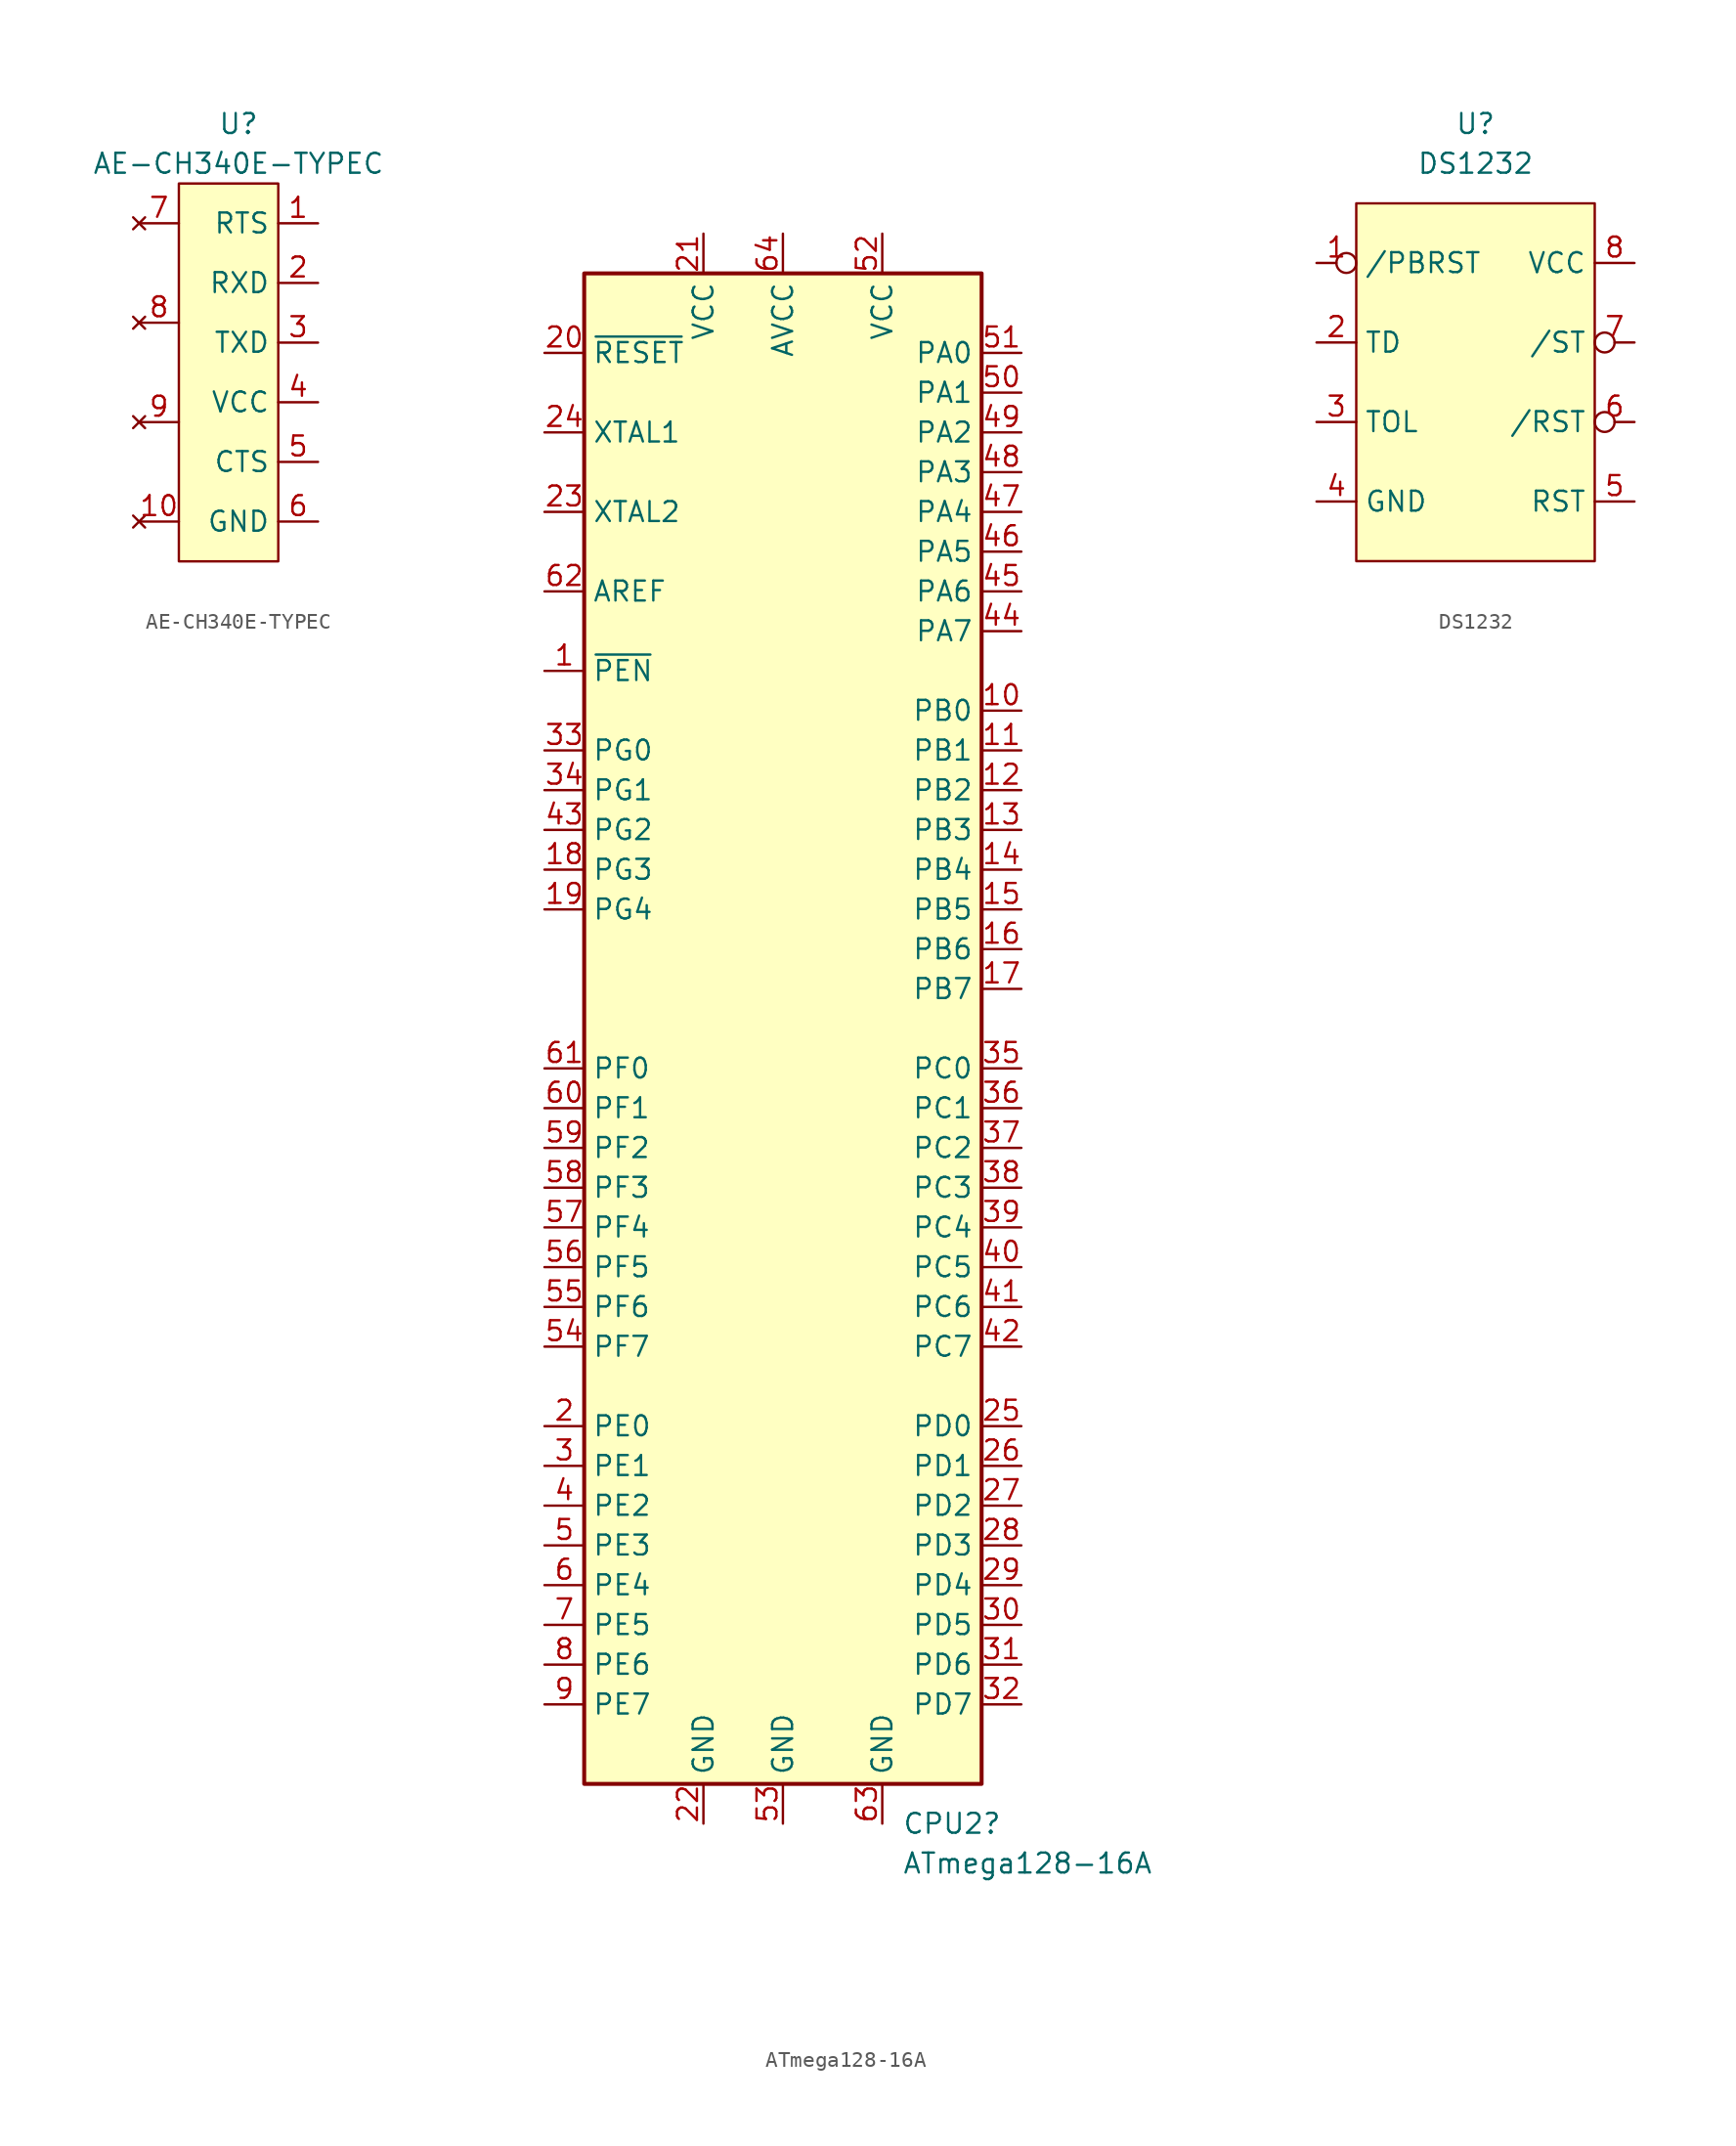
<source format=kicad_sym>
(kicad_symbol_lib
  (version 20220914)
  (generator kicad_symbol_editor)
  (symbol "AE-CH340E-TYPEC"
    (property "Reference" "U"
      (at 0 2.54 0)
      (effects (font (size 1.27 1.27))))
    (property "Value" "AE-CH340E-TYPEC"
      (at 0 0 0)
      (effects (font (size 1.27 1.27))))
    (symbol "AE-CH340E-TYPEC_1_1"
      (rectangle (start -3.81 -1.27) (end 2.54 -25.4) (stroke (width 0) (type default)) (fill (type background)))
      (pin output line (at 5.08 -3.81 180) (length 2.54) (name "RTS" (effects (font (size 1.27 1.27)))) (number "1" (effects (font (size 1.27 1.27)))))
      (pin no_connect line (at -6.35 -22.86 0) (length 2.54) (name "" (effects (font (size 1.27 1.27)))) (number "10" (effects (font (size 1.27 1.27)))))
      (pin input line (at 5.08 -7.62 180) (length 2.54) (name "RXD" (effects (font (size 1.27 1.27)))) (number "2" (effects (font (size 1.27 1.27)))))
      (pin output line (at 5.08 -11.43 180) (length 2.54) (name "TXD" (effects (font (size 1.27 1.27)))) (number "3" (effects (font (size 1.27 1.27)))))
      (pin power_in line (at 5.08 -15.24 180) (length 2.54) (name "VCC" (effects (font (size 1.27 1.27)))) (number "4" (effects (font (size 1.27 1.27)))))
      (pin input line (at 5.08 -19.05 180) (length 2.54) (name "CTS" (effects (font (size 1.27 1.27)))) (number "5" (effects (font (size 1.27 1.27)))))
      (pin power_in line (at 5.08 -22.86 180) (length 2.54) (name "GND" (effects (font (size 1.27 1.27)))) (number "6" (effects (font (size 1.27 1.27)))))
      (pin no_connect line (at -6.35 -3.81 0) (length 2.54) (name "" (effects (font (size 1.27 1.27)))) (number "7" (effects (font (size 1.27 1.27)))))
      (pin no_connect line (at -6.35 -10.16 0) (length 2.54) (name "" (effects (font (size 1.27 1.27)))) (number "8" (effects (font (size 1.27 1.27)))))
      (pin no_connect line (at -6.35 -16.51 0) (length 2.54) (name "" (effects (font (size 1.27 1.27)))) (number "9" (effects (font (size 1.27 1.27)))))))
  (symbol "ATmega128-16A"
    (property "Reference" "CPU2"
      (at 7.62 -50.8 0)
      (effects (font (size 1.27 1.27)) (justify left)))
    (property "Value" "ATmega128-16A"
      (at 7.62 -53.34 0)
      (effects (font (size 1.27 1.27)) (justify left)))
    (symbol "ATmega128-16A_0_1"
      (rectangle (start -12.7 48.26) (end 12.7 -48.26) (stroke (width 0.254) (type default)) (fill (type background))))
    (symbol "ATmega128-16A_1_1"
      (pin input line (at -15.24 22.86 0) (length 2.54) (name "~{PEN}" (effects (font (size 1.27 1.27)))) (number "1" (effects (font (size 1.27 1.27)))))
      (pin bidirectional line (at 15.24 20.32 180) (length 2.54) (name "PB0" (effects (font (size 1.27 1.27)))) (number "10" (effects (font (size 1.27 1.27)))))
      (pin bidirectional line (at 15.24 17.78 180) (length 2.54) (name "PB1" (effects (font (size 1.27 1.27)))) (number "11" (effects (font (size 1.27 1.27)))))
      (pin bidirectional line (at 15.24 15.24 180) (length 2.54) (name "PB2" (effects (font (size 1.27 1.27)))) (number "12" (effects (font (size 1.27 1.27)))))
      (pin bidirectional line (at 15.24 12.7 180) (length 2.54) (name "PB3" (effects (font (size 1.27 1.27)))) (number "13" (effects (font (size 1.27 1.27)))))
      (pin bidirectional line (at 15.24 10.16 180) (length 2.54) (name "PB4" (effects (font (size 1.27 1.27)))) (number "14" (effects (font (size 1.27 1.27)))))
      (pin bidirectional line (at 15.24 7.62 180) (length 2.54) (name "PB5" (effects (font (size 1.27 1.27)))) (number "15" (effects (font (size 1.27 1.27)))))
      (pin bidirectional line (at 15.24 5.08 180) (length 2.54) (name "PB6" (effects (font (size 1.27 1.27)))) (number "16" (effects (font (size 1.27 1.27)))))
      (pin bidirectional line (at 15.24 2.54 180) (length 2.54) (name "PB7" (effects (font (size 1.27 1.27)))) (number "17" (effects (font (size 1.27 1.27)))))
      (pin bidirectional line (at -15.24 10.16 0) (length 2.54) (name "PG3" (effects (font (size 1.27 1.27)))) (number "18" (effects (font (size 1.27 1.27)))))
      (pin bidirectional line (at -15.24 7.62 0) (length 2.54) (name "PG4" (effects (font (size 1.27 1.27)))) (number "19" (effects (font (size 1.27 1.27)))))
      (pin bidirectional line (at -15.24 -25.4 0) (length 2.54) (name "PE0" (effects (font (size 1.27 1.27)))) (number "2" (effects (font (size 1.27 1.27)))))
      (pin input line (at -15.24 43.18 0) (length 2.54) (name "~{RESET}" (effects (font (size 1.27 1.27)))) (number "20" (effects (font (size 1.27 1.27)))))
      (pin power_in line (at -5.08 50.8 270) (length 2.54) (name "VCC" (effects (font (size 1.27 1.27)))) (number "21" (effects (font (size 1.27 1.27)))))
      (pin power_in line (at -5.08 -50.8 90) (length 2.54) (name "GND" (effects (font (size 1.27 1.27)))) (number "22" (effects (font (size 1.27 1.27)))))
      (pin output line (at -15.24 33.02 0) (length 2.54) (name "XTAL2" (effects (font (size 1.27 1.27)))) (number "23" (effects (font (size 1.27 1.27)))))
      (pin input line (at -15.24 38.1 0) (length 2.54) (name "XTAL1" (effects (font (size 1.27 1.27)))) (number "24" (effects (font (size 1.27 1.27)))))
      (pin bidirectional line (at 15.24 -25.4 180) (length 2.54) (name "PD0" (effects (font (size 1.27 1.27)))) (number "25" (effects (font (size 1.27 1.27)))))
      (pin bidirectional line (at 15.24 -27.94 180) (length 2.54) (name "PD1" (effects (font (size 1.27 1.27)))) (number "26" (effects (font (size 1.27 1.27)))))
      (pin bidirectional line (at 15.24 -30.48 180) (length 2.54) (name "PD2" (effects (font (size 1.27 1.27)))) (number "27" (effects (font (size 1.27 1.27)))))
      (pin bidirectional line (at 15.24 -33.02 180) (length 2.54) (name "PD3" (effects (font (size 1.27 1.27)))) (number "28" (effects (font (size 1.27 1.27)))))
      (pin bidirectional line (at 15.24 -35.56 180) (length 2.54) (name "PD4" (effects (font (size 1.27 1.27)))) (number "29" (effects (font (size 1.27 1.27)))))
      (pin bidirectional line (at -15.24 -27.94 0) (length 2.54) (name "PE1" (effects (font (size 1.27 1.27)))) (number "3" (effects (font (size 1.27 1.27)))))
      (pin bidirectional line (at 15.24 -38.1 180) (length 2.54) (name "PD5" (effects (font (size 1.27 1.27)))) (number "30" (effects (font (size 1.27 1.27)))))
      (pin bidirectional line (at 15.24 -40.64 180) (length 2.54) (name "PD6" (effects (font (size 1.27 1.27)))) (number "31" (effects (font (size 1.27 1.27)))))
      (pin bidirectional line (at 15.24 -43.18 180) (length 2.54) (name "PD7" (effects (font (size 1.27 1.27)))) (number "32" (effects (font (size 1.27 1.27)))))
      (pin bidirectional line (at -15.24 17.78 0) (length 2.54) (name "PG0" (effects (font (size 1.27 1.27)))) (number "33" (effects (font (size 1.27 1.27)))))
      (pin bidirectional line (at -15.24 15.24 0) (length 2.54) (name "PG1" (effects (font (size 1.27 1.27)))) (number "34" (effects (font (size 1.27 1.27)))))
      (pin bidirectional line (at 15.24 -2.54 180) (length 2.54) (name "PC0" (effects (font (size 1.27 1.27)))) (number "35" (effects (font (size 1.27 1.27)))))
      (pin bidirectional line (at 15.24 -5.08 180) (length 2.54) (name "PC1" (effects (font (size 1.27 1.27)))) (number "36" (effects (font (size 1.27 1.27)))))
      (pin bidirectional line (at 15.24 -7.62 180) (length 2.54) (name "PC2" (effects (font (size 1.27 1.27)))) (number "37" (effects (font (size 1.27 1.27)))))
      (pin bidirectional line (at 15.24 -10.16 180) (length 2.54) (name "PC3" (effects (font (size 1.27 1.27)))) (number "38" (effects (font (size 1.27 1.27)))))
      (pin bidirectional line (at 15.24 -12.7 180) (length 2.54) (name "PC4" (effects (font (size 1.27 1.27)))) (number "39" (effects (font (size 1.27 1.27)))))
      (pin bidirectional line (at -15.24 -30.48 0) (length 2.54) (name "PE2" (effects (font (size 1.27 1.27)))) (number "4" (effects (font (size 1.27 1.27)))))
      (pin bidirectional line (at 15.24 -15.24 180) (length 2.54) (name "PC5" (effects (font (size 1.27 1.27)))) (number "40" (effects (font (size 1.27 1.27)))))
      (pin bidirectional line (at 15.24 -17.78 180) (length 2.54) (name "PC6" (effects (font (size 1.27 1.27)))) (number "41" (effects (font (size 1.27 1.27)))))
      (pin bidirectional line (at 15.24 -20.32 180) (length 2.54) (name "PC7" (effects (font (size 1.27 1.27)))) (number "42" (effects (font (size 1.27 1.27)))))
      (pin bidirectional line (at -15.24 12.7 0) (length 2.54) (name "PG2" (effects (font (size 1.27 1.27)))) (number "43" (effects (font (size 1.27 1.27)))))
      (pin bidirectional line (at 15.24 25.4 180) (length 2.54) (name "PA7" (effects (font (size 1.27 1.27)))) (number "44" (effects (font (size 1.27 1.27)))))
      (pin bidirectional line (at 15.24 27.94 180) (length 2.54) (name "PA6" (effects (font (size 1.27 1.27)))) (number "45" (effects (font (size 1.27 1.27)))))
      (pin bidirectional line (at 15.24 30.48 180) (length 2.54) (name "PA5" (effects (font (size 1.27 1.27)))) (number "46" (effects (font (size 1.27 1.27)))))
      (pin bidirectional line (at 15.24 33.02 180) (length 2.54) (name "PA4" (effects (font (size 1.27 1.27)))) (number "47" (effects (font (size 1.27 1.27)))))
      (pin bidirectional line (at 15.24 35.56 180) (length 2.54) (name "PA3" (effects (font (size 1.27 1.27)))) (number "48" (effects (font (size 1.27 1.27)))))
      (pin bidirectional line (at 15.24 38.1 180) (length 2.54) (name "PA2" (effects (font (size 1.27 1.27)))) (number "49" (effects (font (size 1.27 1.27)))))
      (pin bidirectional line (at -15.24 -33.02 0) (length 2.54) (name "PE3" (effects (font (size 1.27 1.27)))) (number "5" (effects (font (size 1.27 1.27)))))
      (pin bidirectional line (at 15.24 40.64 180) (length 2.54) (name "PA1" (effects (font (size 1.27 1.27)))) (number "50" (effects (font (size 1.27 1.27)))))
      (pin bidirectional line (at 15.24 43.18 180) (length 2.54) (name "PA0" (effects (font (size 1.27 1.27)))) (number "51" (effects (font (size 1.27 1.27)))))
      (pin passive line (at 6.35 50.8 270) (length 2.54) (name "VCC" (effects (font (size 1.27 1.27)))) (number "52" (effects (font (size 1.27 1.27)))))
      (pin passive line (at 0 -50.8 90) (length 2.54) (name "GND" (effects (font (size 1.27 1.27)))) (number "53" (effects (font (size 1.27 1.27)))))
      (pin bidirectional line (at -15.24 -20.32 0) (length 2.54) (name "PF7" (effects (font (size 1.27 1.27)))) (number "54" (effects (font (size 1.27 1.27)))))
      (pin bidirectional line (at -15.24 -17.78 0) (length 2.54) (name "PF6" (effects (font (size 1.27 1.27)))) (number "55" (effects (font (size 1.27 1.27)))))
      (pin bidirectional line (at -15.24 -15.24 0) (length 2.54) (name "PF5" (effects (font (size 1.27 1.27)))) (number "56" (effects (font (size 1.27 1.27)))))
      (pin bidirectional line (at -15.24 -12.7 0) (length 2.54) (name "PF4" (effects (font (size 1.27 1.27)))) (number "57" (effects (font (size 1.27 1.27)))))
      (pin bidirectional line (at -15.24 -10.16 0) (length 2.54) (name "PF3" (effects (font (size 1.27 1.27)))) (number "58" (effects (font (size 1.27 1.27)))))
      (pin bidirectional line (at -15.24 -7.62 0) (length 2.54) (name "PF2" (effects (font (size 1.27 1.27)))) (number "59" (effects (font (size 1.27 1.27)))))
      (pin bidirectional line (at -15.24 -35.56 0) (length 2.54) (name "PE4" (effects (font (size 1.27 1.27)))) (number "6" (effects (font (size 1.27 1.27)))))
      (pin bidirectional line (at -15.24 -5.08 0) (length 2.54) (name "PF1" (effects (font (size 1.27 1.27)))) (number "60" (effects (font (size 1.27 1.27)))))
      (pin bidirectional line (at -15.24 -2.54 0) (length 2.54) (name "PF0" (effects (font (size 1.27 1.27)))) (number "61" (effects (font (size 1.27 1.27)))))
      (pin passive line (at -15.24 27.94 0) (length 2.54) (name "AREF" (effects (font (size 1.27 1.27)))) (number "62" (effects (font (size 1.27 1.27)))))
      (pin passive line (at 6.35 -50.8 90) (length 2.54) (name "GND" (effects (font (size 1.27 1.27)))) (number "63" (effects (font (size 1.27 1.27)))))
      (pin power_in line (at 0 50.8 270) (length 2.54) (name "AVCC" (effects (font (size 1.27 1.27)))) (number "64" (effects (font (size 1.27 1.27)))))
      (pin bidirectional line (at -15.24 -38.1 0) (length 2.54) (name "PE5" (effects (font (size 1.27 1.27)))) (number "7" (effects (font (size 1.27 1.27)))))
      (pin bidirectional line (at -15.24 -40.64 0) (length 2.54) (name "PE6" (effects (font (size 1.27 1.27)))) (number "8" (effects (font (size 1.27 1.27)))))
      (pin bidirectional line (at -15.24 -43.18 0) (length 2.54) (name "PE7" (effects (font (size 1.27 1.27)))) (number "9" (effects (font (size 1.27 1.27)))))))
  (symbol "DS1232"
    (property "Reference" "U"
      (at 0 2.54 0)
      (effects (font (size 1.27 1.27))))
    (property "Value" "DS1232"
      (at 0 0 0)
      (effects (font (size 1.27 1.27))))
    (symbol "DS1232_1_1"
      (rectangle (start -7.62 -2.54) (end 7.62 -25.4) (stroke (width 0) (type default)) (fill (type background)))
      (pin input inverted (at -10.16 -6.35 0) (length 2.54) (name "/PBRST" (effects (font (size 1.27 1.27)))) (number "1" (effects (font (size 1.27 1.27)))))
      (pin input line (at -10.16 -11.43 0) (length 2.54) (name "TD" (effects (font (size 1.27 1.27)))) (number "2" (effects (font (size 1.27 1.27)))))
      (pin input line (at -10.16 -16.51 0) (length 2.54) (name "TOL" (effects (font (size 1.27 1.27)))) (number "3" (effects (font (size 1.27 1.27)))))
      (pin power_in line (at -10.16 -21.59 0) (length 2.54) (name "GND" (effects (font (size 1.27 1.27)))) (number "4" (effects (font (size 1.27 1.27)))))
      (pin output line (at 10.16 -21.59 180) (length 2.54) (name "RST" (effects (font (size 1.27 1.27)))) (number "5" (effects (font (size 1.27 1.27)))))
      (pin output inverted (at 10.16 -16.51 180) (length 2.54) (name "/RST" (effects (font (size 1.27 1.27)))) (number "6" (effects (font (size 1.27 1.27)))))
      (pin input inverted (at 10.16 -11.43 180) (length 2.54) (name "/ST" (effects (font (size 1.27 1.27)))) (number "7" (effects (font (size 1.27 1.27)))))
      (pin power_in line (at 10.16 -6.35 180) (length 2.54) (name "VCC" (effects (font (size 1.27 1.27)))) (number "8" (effects (font (size 1.27 1.27))))))))
</source>
